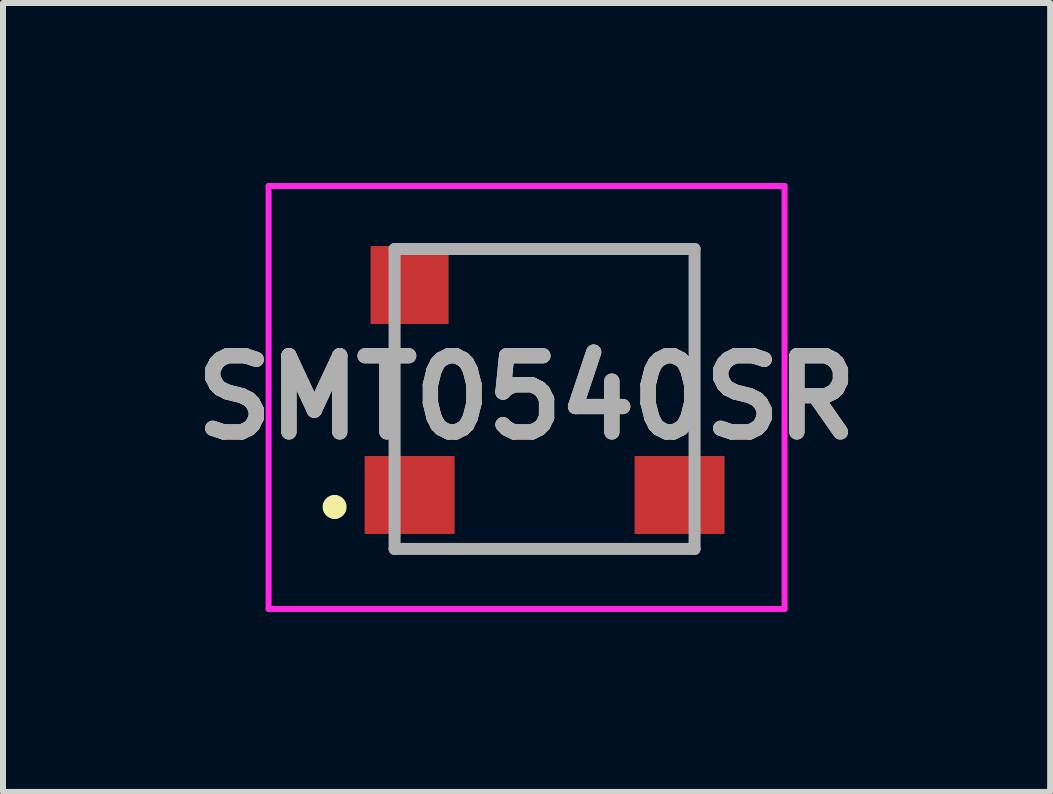
<source format=kicad_pcb>
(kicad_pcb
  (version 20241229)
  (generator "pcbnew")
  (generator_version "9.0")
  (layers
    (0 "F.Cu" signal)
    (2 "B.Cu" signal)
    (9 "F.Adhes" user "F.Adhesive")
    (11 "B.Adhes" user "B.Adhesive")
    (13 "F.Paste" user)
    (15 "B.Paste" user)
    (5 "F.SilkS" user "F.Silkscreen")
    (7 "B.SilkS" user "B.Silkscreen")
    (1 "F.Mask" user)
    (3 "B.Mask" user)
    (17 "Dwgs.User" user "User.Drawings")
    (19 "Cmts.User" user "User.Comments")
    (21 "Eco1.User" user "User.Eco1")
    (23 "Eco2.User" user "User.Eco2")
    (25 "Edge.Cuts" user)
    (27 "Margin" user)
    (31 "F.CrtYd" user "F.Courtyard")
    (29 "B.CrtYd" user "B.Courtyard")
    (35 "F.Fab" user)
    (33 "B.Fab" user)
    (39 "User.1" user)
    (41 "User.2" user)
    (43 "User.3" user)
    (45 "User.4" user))
  (footprint "SMT0540SR"
    (layer "F.Cu")
    (at 6.027 3.6)
    (property "Reference" "SMT0540SR" (at -0.3 -0.025 0) (layer "F.SilkS") (effects (font (size 1.27 1.27) (thickness 0.254))))
    (attr smd)
    (fp_line (start -3.5 1.7) (end -3.5 1.7) (stroke (width 0.2) (type solid)) (layer "F.SilkS"))
    (fp_line (start -3.5 1.9) (end -3.5 1.9) (stroke (width 0.2) (type solid)) (layer "F.SilkS"))
    (fp_line (start -2.5 -1) (end -2.5 0.75) (stroke (width 0.1) (type solid)) (layer "F.SilkS"))
    (fp_line (start -2.5 2.5) (end -0.8 2.491) (stroke (width 0.1) (type solid)) (layer "F.SilkS"))
    (fp_line (start -1 -2.5) (end -1.4 -2.5) (stroke (width 0.1) (type solid)) (layer "F.SilkS"))
    (fp_line (start -1 -2.5) (end 2.5 -2.5) (stroke (width 0.1) (type solid)) (layer "F.SilkS"))
    (fp_line (start -1 2.5) (end 1 2.5) (stroke (width 0.1) (type solid)) (layer "F.SilkS"))
    (fp_line (start 1 2.5) (end 2.5 2.491) (stroke (width 0.1) (type solid)) (layer "F.SilkS"))
    (fp_line (start 2.5 -2.5) (end 2.5 0.75) (stroke (width 0.1) (type solid)) (layer "F.SilkS"))
    (fp_arc (start -3.5 1.7) (mid -3.4 1.8) (end -3.5 1.9) (stroke (width 0.2) (type solid)) (layer "F.SilkS"))
    (fp_arc (start -3.5 1.9) (mid -3.6 1.8) (end -3.5 1.7) (stroke (width 0.2) (type solid)) (layer "F.SilkS"))
    (fp_line (start -4.6 -3.55) (end 4 -3.55) (stroke (width 0.1) (type solid)) (layer "F.CrtYd"))
    (fp_line (start -4.6 3.5) (end -4.6 -3.55) (stroke (width 0.1) (type solid)) (layer "F.CrtYd"))
    (fp_line (start 4 -3.55) (end 4 3.5) (stroke (width 0.1) (type solid)) (layer "F.CrtYd"))
    (fp_line (start 4 3.5) (end -4.6 3.5) (stroke (width 0.1) (type solid)) (layer "F.CrtYd"))
    (fp_line (start -2.5 -2.5) (end 2.5 -2.5) (stroke (width 0.2) (type solid)) (layer "F.Fab"))
    (fp_line (start -2.5 2.5) (end -2.5 -2.5) (stroke (width 0.2) (type solid)) (layer "F.Fab"))
    (fp_line (start 2.5 -2.5) (end 2.5 2.5) (stroke (width 0.2) (type solid)) (layer "F.Fab"))
    (fp_line (start 2.5 2.5) (end -2.5 2.5) (stroke (width 0.2) (type solid)) (layer "F.Fab"))
    (fp_text user "${REFERENCE}" (at -0.3 -0.025 0) (layer "F.Fab") (effects (font (size 1.27 1.27) (thickness 0.254))))
    (pad "1" smd rect (at -2.25 1.6 90) (size 1.3 1.5) (layers "F.Cu" "F.Mask" "F.Paste"))
    (pad "2" smd rect (at 2.25 1.6 90) (size 1.3 1.5) (layers "F.Cu" "F.Mask" "F.Paste"))
    (pad "3" smd rect (at -2.25 -1.9 90) (size 1.3 1.3) (layers "F.Cu" "F.Mask" "F.Paste")))
  (gr_rect
    (start -3 -3)
    (end 14.454 10.15)
    (stroke (width 0.1) (type default))
    (fill no)
    (layer "Edge.Cuts")))
</source>
